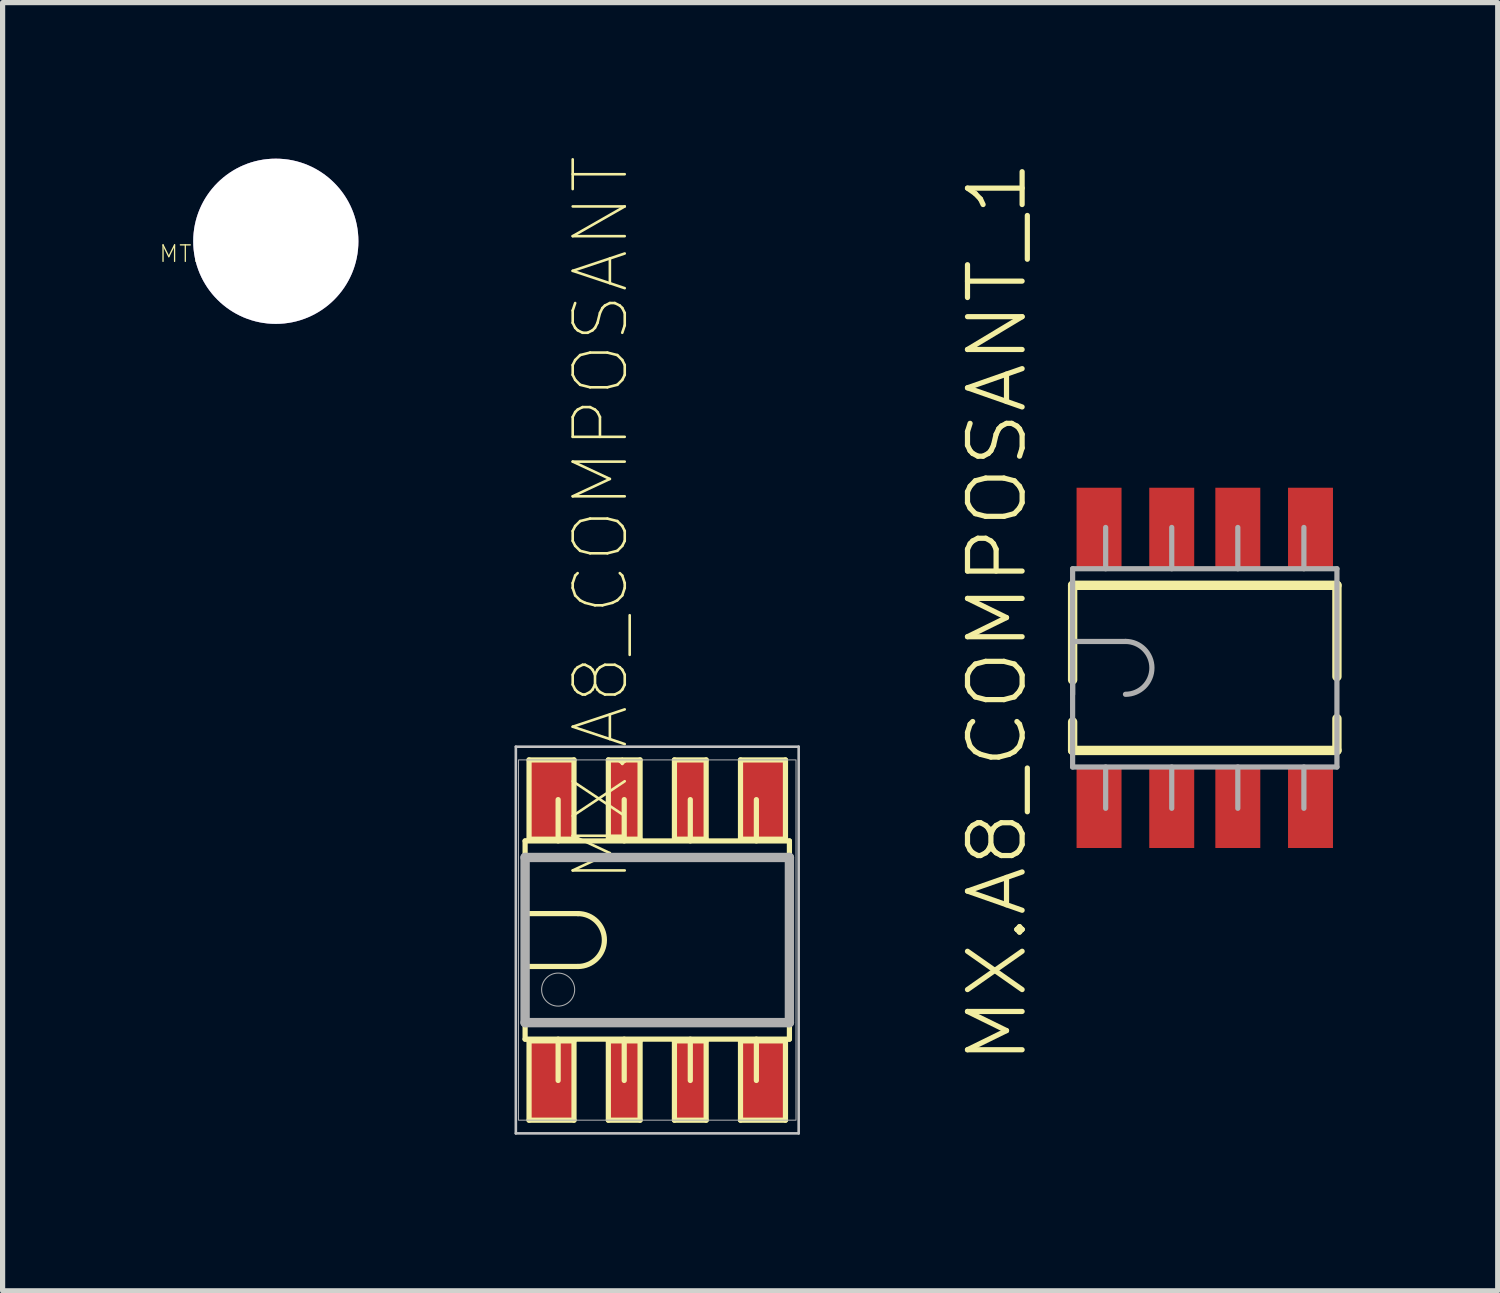
<source format=kicad_pcb>
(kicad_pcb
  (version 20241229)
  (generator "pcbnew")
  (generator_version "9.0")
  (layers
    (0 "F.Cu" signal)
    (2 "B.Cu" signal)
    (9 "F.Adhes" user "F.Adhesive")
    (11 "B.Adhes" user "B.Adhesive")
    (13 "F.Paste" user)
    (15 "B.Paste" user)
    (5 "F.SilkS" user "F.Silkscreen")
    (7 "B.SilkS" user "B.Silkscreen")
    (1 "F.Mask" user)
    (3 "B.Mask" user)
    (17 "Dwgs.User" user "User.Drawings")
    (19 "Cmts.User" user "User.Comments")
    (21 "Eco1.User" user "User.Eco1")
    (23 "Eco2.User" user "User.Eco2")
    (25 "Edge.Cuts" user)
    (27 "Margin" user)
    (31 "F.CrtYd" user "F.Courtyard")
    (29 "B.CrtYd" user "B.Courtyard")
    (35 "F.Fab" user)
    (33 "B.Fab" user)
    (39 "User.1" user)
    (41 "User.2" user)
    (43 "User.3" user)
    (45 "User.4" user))
  (footprint "MX.A8_COMPOSANT_1"
    (layer "F.Cu")
    (at 20.105 9.786)
    (property "Reference" "MX.A8_COMPOSANT_1" (at -3.991 -1.072 90) (unlocked yes) (layer "F.SilkS") (effects (font (size 1.05 1.104) (thickness 0.1))))
    (attr smd)
    (fp_line (start -2.54 -1.587) (end 2.54 -1.587) (stroke (width 0.18) (type solid)) (layer "F.SilkS"))
    (fp_line (start -2.54 0.231) (end -2.54 -1.587) (stroke (width 0.18) (type solid)) (layer "F.SilkS"))
    (fp_line (start -2.54 1.587) (end -2.54 1.039) (stroke (width 0.18) (type solid)) (layer "F.SilkS"))
    (fp_line (start -2.54 1.587) (end 2.54 1.587) (stroke (width 0.18) (type solid)) (layer "F.SilkS"))
    (fp_line (start 2.54 0.168) (end 2.54 -1.587) (stroke (width 0.18) (type solid)) (layer "F.SilkS"))
    (fp_line (start 2.54 1.587) (end 2.54 0.975) (stroke (width 0.18) (type solid)) (layer "F.SilkS"))
    (fp_line (start -2.54 -1.905) (end 2.54 -1.905) (stroke (width 0.1) (type solid)) (layer "F.Fab"))
    (fp_line (start -2.54 -0.508) (end -1.524 -0.508) (stroke (width 0.1) (type solid)) (layer "F.Fab"))
    (fp_line (start -2.54 0.508) (end -2.54 -0.508) (stroke (width 0.1) (type solid)) (layer "F.Fab"))
    (fp_line (start -2.54 1.905) (end -2.54 -1.905) (stroke (width 0.1) (type solid)) (layer "F.Fab"))
    (fp_line (start -2.54 1.905) (end 2.54 1.905) (stroke (width 0.1) (type solid)) (layer "F.Fab"))
    (fp_line (start -1.905 -1.905) (end -1.905 -2.699) (stroke (width 0.1) (type solid)) (layer "F.Fab"))
    (fp_line (start -1.905 2.699) (end -1.905 1.905) (stroke (width 0.1) (type solid)) (layer "F.Fab"))
    (fp_line (start -0.635 -1.905) (end -0.635 -2.699) (stroke (width 0.1) (type solid)) (layer "F.Fab"))
    (fp_line (start -0.635 2.699) (end -0.635 1.905) (stroke (width 0.1) (type solid)) (layer "F.Fab"))
    (fp_line (start 0.635 -1.905) (end 0.635 -2.699) (stroke (width 0.1) (type solid)) (layer "F.Fab"))
    (fp_line (start 0.635 2.699) (end 0.635 1.905) (stroke (width 0.1) (type solid)) (layer "F.Fab"))
    (fp_line (start 1.905 -1.905) (end 1.905 -2.699) (stroke (width 0.1) (type solid)) (layer "F.Fab"))
    (fp_line (start 1.905 2.699) (end 1.905 1.905) (stroke (width 0.1) (type solid)) (layer "F.Fab"))
    (fp_line (start 2.54 1.905) (end 2.54 -1.905) (stroke (width 0.1) (type solid)) (layer "F.Fab"))
    (fp_arc (start -1.52399 -0.508) (mid -1.01599 0) (end -1.52399 0.508) (stroke (width 0.1) (type solid)) (layer "F.Fab"))
    (pad "1" smd rect (at -2.032 2.7) (size 0.864 1.524) (layers "F.Cu" "F.Mask" "F.Paste"))
    (pad "2" smd rect (at -0.635 2.7) (size 0.864 1.524) (layers "F.Cu" "F.Mask" "F.Paste"))
    (pad "3" smd rect (at 0.635 2.7) (size 0.864 1.524) (layers "F.Cu" "F.Mask" "F.Paste"))
    (pad "4" smd rect (at 2.032 2.7) (size 0.864 1.524) (layers "F.Cu" "F.Mask" "F.Paste"))
    (pad "5" smd rect (at 2.032 -2.7) (size 0.864 1.524) (layers "F.Cu" "F.Mask" "F.Paste"))
    (pad "6" smd rect (at 0.635 -2.7) (size 0.864 1.524) (layers "F.Cu" "F.Mask" "F.Paste"))
    (pad "7" smd rect (at -0.635 -2.7) (size 0.864 1.524) (layers "F.Cu" "F.Mask" "F.Paste"))
    (pad "8" smd rect (at -2.032 -2.7) (size 0.864 1.524) (layers "F.Cu" "F.Mask" "F.Paste")))
  (footprint "MX.A8_COMPOSANT"
    (placed yes)
    (layer "F.Cu")
    (at 9.582 15.017)
    (property "Reference" "MX.A8_COMPOSANT" (at -0.5 -1.067 90) (layer "F.SilkS") (effects (font (size 1 1) (thickness 0.05)) (justify left bottom)))
    (attr through_hole)
    (fp_line (start -2.54 -1.905) (end -2.54 1.905) (stroke (width 0.1) (type solid)) (layer "F.SilkS"))
    (fp_line (start -2.54 -0.508) (end -2.54 0.508) (stroke (width 0.1) (type solid)) (layer "F.SilkS"))
    (fp_line (start -2.54 0.508) (end -1.524 0.508) (stroke (width 0.1) (type solid)) (layer "F.SilkS"))
    (fp_line (start -2.54 1.905) (end 2.54 1.905) (stroke (width 0.1) (type solid)) (layer "F.SilkS"))
    (fp_line (start -2.464 -3.462) (end -1.6 -3.462) (stroke (width 0.1) (type solid)) (layer "F.SilkS"))
    (fp_line (start -2.464 -1.938) (end -2.464 -3.462) (stroke (width 0.1) (type solid)) (layer "F.SilkS"))
    (fp_line (start -2.464 1.938) (end -1.6 1.938) (stroke (width 0.1) (type solid)) (layer "F.SilkS"))
    (fp_line (start -2.464 3.462) (end -2.464 1.938) (stroke (width 0.1) (type solid)) (layer "F.SilkS"))
    (fp_line (start -1.905 -2.699) (end -1.905 -1.905) (stroke (width 0.1) (type solid)) (layer "F.SilkS"))
    (fp_line (start -1.905 2.699) (end -1.905 1.905) (stroke (width 0.1) (type solid)) (layer "F.SilkS"))
    (fp_line (start -1.6 -3.462) (end -1.6 -1.938) (stroke (width 0.1) (type solid)) (layer "F.SilkS"))
    (fp_line (start -1.6 -1.938) (end -2.464 -1.938) (stroke (width 0.1) (type solid)) (layer "F.SilkS"))
    (fp_line (start -1.6 1.938) (end -1.6 3.462) (stroke (width 0.1) (type solid)) (layer "F.SilkS"))
    (fp_line (start -1.6 3.462) (end -2.464 3.462) (stroke (width 0.1) (type solid)) (layer "F.SilkS"))
    (fp_line (start -1.524 -0.508) (end -2.54 -0.508) (stroke (width 0.1) (type solid)) (layer "F.SilkS"))
    (fp_line (start -0.94 -3.462) (end -0.33 -3.462) (stroke (width 0.1) (type solid)) (layer "F.SilkS"))
    (fp_line (start -0.94 -1.938) (end -0.94 -3.462) (stroke (width 0.1) (type solid)) (layer "F.SilkS"))
    (fp_line (start -0.94 1.938) (end -0.33 1.938) (stroke (width 0.1) (type solid)) (layer "F.SilkS"))
    (fp_line (start -0.94 3.462) (end -0.94 1.938) (stroke (width 0.1) (type solid)) (layer "F.SilkS"))
    (fp_line (start -0.635 -2.699) (end -0.635 -1.905) (stroke (width 0.1) (type solid)) (layer "F.SilkS"))
    (fp_line (start -0.635 2.699) (end -0.635 1.905) (stroke (width 0.1) (type solid)) (layer "F.SilkS"))
    (fp_line (start -0.33 -3.462) (end -0.33 -1.938) (stroke (width 0.1) (type solid)) (layer "F.SilkS"))
    (fp_line (start -0.33 -1.938) (end -0.94 -1.938) (stroke (width 0.1) (type solid)) (layer "F.SilkS"))
    (fp_line (start -0.33 1.938) (end -0.33 3.462) (stroke (width 0.1) (type solid)) (layer "F.SilkS"))
    (fp_line (start -0.33 3.462) (end -0.94 3.462) (stroke (width 0.1) (type solid)) (layer "F.SilkS"))
    (fp_line (start 0.33 -3.462) (end 0.94 -3.462) (stroke (width 0.1) (type solid)) (layer "F.SilkS"))
    (fp_line (start 0.33 -1.938) (end 0.33 -3.462) (stroke (width 0.1) (type solid)) (layer "F.SilkS"))
    (fp_line (start 0.33 1.938) (end 0.94 1.938) (stroke (width 0.1) (type solid)) (layer "F.SilkS"))
    (fp_line (start 0.33 3.462) (end 0.33 1.938) (stroke (width 0.1) (type solid)) (layer "F.SilkS"))
    (fp_line (start 0.635 -2.699) (end 0.635 -1.905) (stroke (width 0.1) (type solid)) (layer "F.SilkS"))
    (fp_line (start 0.635 2.699) (end 0.635 1.905) (stroke (width 0.1) (type solid)) (layer "F.SilkS"))
    (fp_line (start 0.94 -3.462) (end 0.94 -1.938) (stroke (width 0.1) (type solid)) (layer "F.SilkS"))
    (fp_line (start 0.94 -1.938) (end 0.33 -1.938) (stroke (width 0.1) (type solid)) (layer "F.SilkS"))
    (fp_line (start 0.94 1.938) (end 0.94 3.462) (stroke (width 0.1) (type solid)) (layer "F.SilkS"))
    (fp_line (start 0.94 3.462) (end 0.33 3.462) (stroke (width 0.1) (type solid)) (layer "F.SilkS"))
    (fp_line (start 1.6 -3.462) (end 2.464 -3.462) (stroke (width 0.1) (type solid)) (layer "F.SilkS"))
    (fp_line (start 1.6 -1.938) (end 1.6 -3.462) (stroke (width 0.1) (type solid)) (layer "F.SilkS"))
    (fp_line (start 1.6 1.938) (end 2.464 1.938) (stroke (width 0.1) (type solid)) (layer "F.SilkS"))
    (fp_line (start 1.6 3.462) (end 1.6 1.938) (stroke (width 0.1) (type solid)) (layer "F.SilkS"))
    (fp_line (start 1.905 -2.699) (end 1.905 -1.905) (stroke (width 0.1) (type solid)) (layer "F.SilkS"))
    (fp_line (start 1.905 2.699) (end 1.905 1.905) (stroke (width 0.1) (type solid)) (layer "F.SilkS"))
    (fp_line (start 2.464 -3.462) (end 2.464 -1.938) (stroke (width 0.1) (type solid)) (layer "F.SilkS"))
    (fp_line (start 2.464 -1.938) (end 1.6 -1.938) (stroke (width 0.1) (type solid)) (layer "F.SilkS"))
    (fp_line (start 2.464 1.938) (end 2.464 3.462) (stroke (width 0.1) (type solid)) (layer "F.SilkS"))
    (fp_line (start 2.464 3.462) (end 1.6 3.462) (stroke (width 0.1) (type solid)) (layer "F.SilkS"))
    (fp_line (start 2.54 -1.905) (end -2.54 -1.905) (stroke (width 0.1) (type solid)) (layer "F.SilkS"))
    (fp_line (start 2.54 1.905) (end 2.54 -1.905) (stroke (width 0.1) (type solid)) (layer "F.SilkS"))
    (fp_arc (start -1.524 -0.508) (mid -1.016 0) (end -1.524 0.508) (stroke (width 0.1) (type solid)) (layer "F.SilkS"))
    (fp_line (start -2.718 -3.716) (end 2.718 -3.716) (stroke (width 0.05) (type solid)) (layer "Dwgs.User"))
    (fp_line (start -2.718 3.716) (end -2.718 -3.716) (stroke (width 0.05) (type solid)) (layer "Dwgs.User"))
    (fp_line (start 2.718 -3.716) (end 2.718 3.716) (stroke (width 0.05) (type solid)) (layer "Dwgs.User"))
    (fp_line (start 2.718 3.716) (end -2.718 3.716) (stroke (width 0.05) (type solid)) (layer "Dwgs.User"))
    (fp_line (start -2.54 -1.587) (end -2.54 1.587) (stroke (width 0.18) (type solid)) (layer "F.Fab"))
    (fp_line (start -2.54 1.587) (end 2.54 1.587) (stroke (width 0.18) (type solid)) (layer "F.Fab"))
    (fp_line (start 2.54 -1.587) (end -2.54 -1.587) (stroke (width 0.18) (type solid)) (layer "F.Fab"))
    (fp_line (start 2.54 1.587) (end 2.54 -1.587) (stroke (width 0.18) (type solid)) (layer "F.Fab"))
    (fp_arc (start -1.5875 0.9525) (mid -2.22248 0.9525) (end -1.5875 0.9525) (stroke (width 0.02) (type solid)) (layer "F.Fab"))
    (fp_poly (pts (xy 2.667 -3.462) (xy 2.667 3.462) (xy -2.667 3.462) (xy -2.667 -3.462) (xy 2.667 -3.462)) (stroke (width 0.02) (type solid)) (fill no) (layer "F.Fab"))
    (pad "1" smd rect (at -2.032 2.7) (size 0.864 1.524) (layers "F.Cu" "F.Mask" "F.Paste"))
    (pad "2" smd rect (at -0.635 2.7) (size 0.61 1.524) (layers "F.Cu" "F.Mask" "F.Paste"))
    (pad "3" smd rect (at 0.635 2.7) (size 0.61 1.524) (layers "F.Cu" "F.Mask" "F.Paste"))
    (pad "4" smd rect (at 2.032 2.7) (size 0.864 1.524) (layers "F.Cu" "F.Mask" "F.Paste"))
    (pad "5" smd rect (at 2.032 -2.7) (size 0.864 1.524) (layers "F.Cu" "F.Mask" "F.Paste"))
    (pad "6" smd rect (at 0.635 -2.7) (size 0.61 1.524) (layers "F.Cu" "F.Mask" "F.Paste"))
    (pad "7" smd rect (at -0.635 -2.7) (size 0.61 1.524) (layers "F.Cu" "F.Mask" "F.Paste"))
    (pad "8" smd rect (at -2.032 -2.7) (size 0.864 1.524) (layers "F.Cu" "F.Mask" "F.Paste")))
  (footprint "MTHOLE1"
    (layer "F.Cu")
    (at 2.251 1.587)
    (property "Reference" "MTHOLE1" (at -1.137 0.241 0) (unlocked yes) (layer "F.SilkS") (effects (font (size 0.317 0.333) (thickness 0.025))))
    (attr smd)
    (fp_circle (center 0 0) (end 1.27 0) (stroke (width 0.178) (type solid)) (fill no) (layer "F.SilkS"))
    (pad "1" thru_hole circle (at 0 0) (size 3.175 3.175) (drill 3.175) (layers "*.Cu" "*.Mask")))
  (gr_rect
    (start -3 -3)
    (end 25.735 21.758)
    (stroke (width 0.1) (type default))
    (fill no)
    (layer "Edge.Cuts")))
</source>
